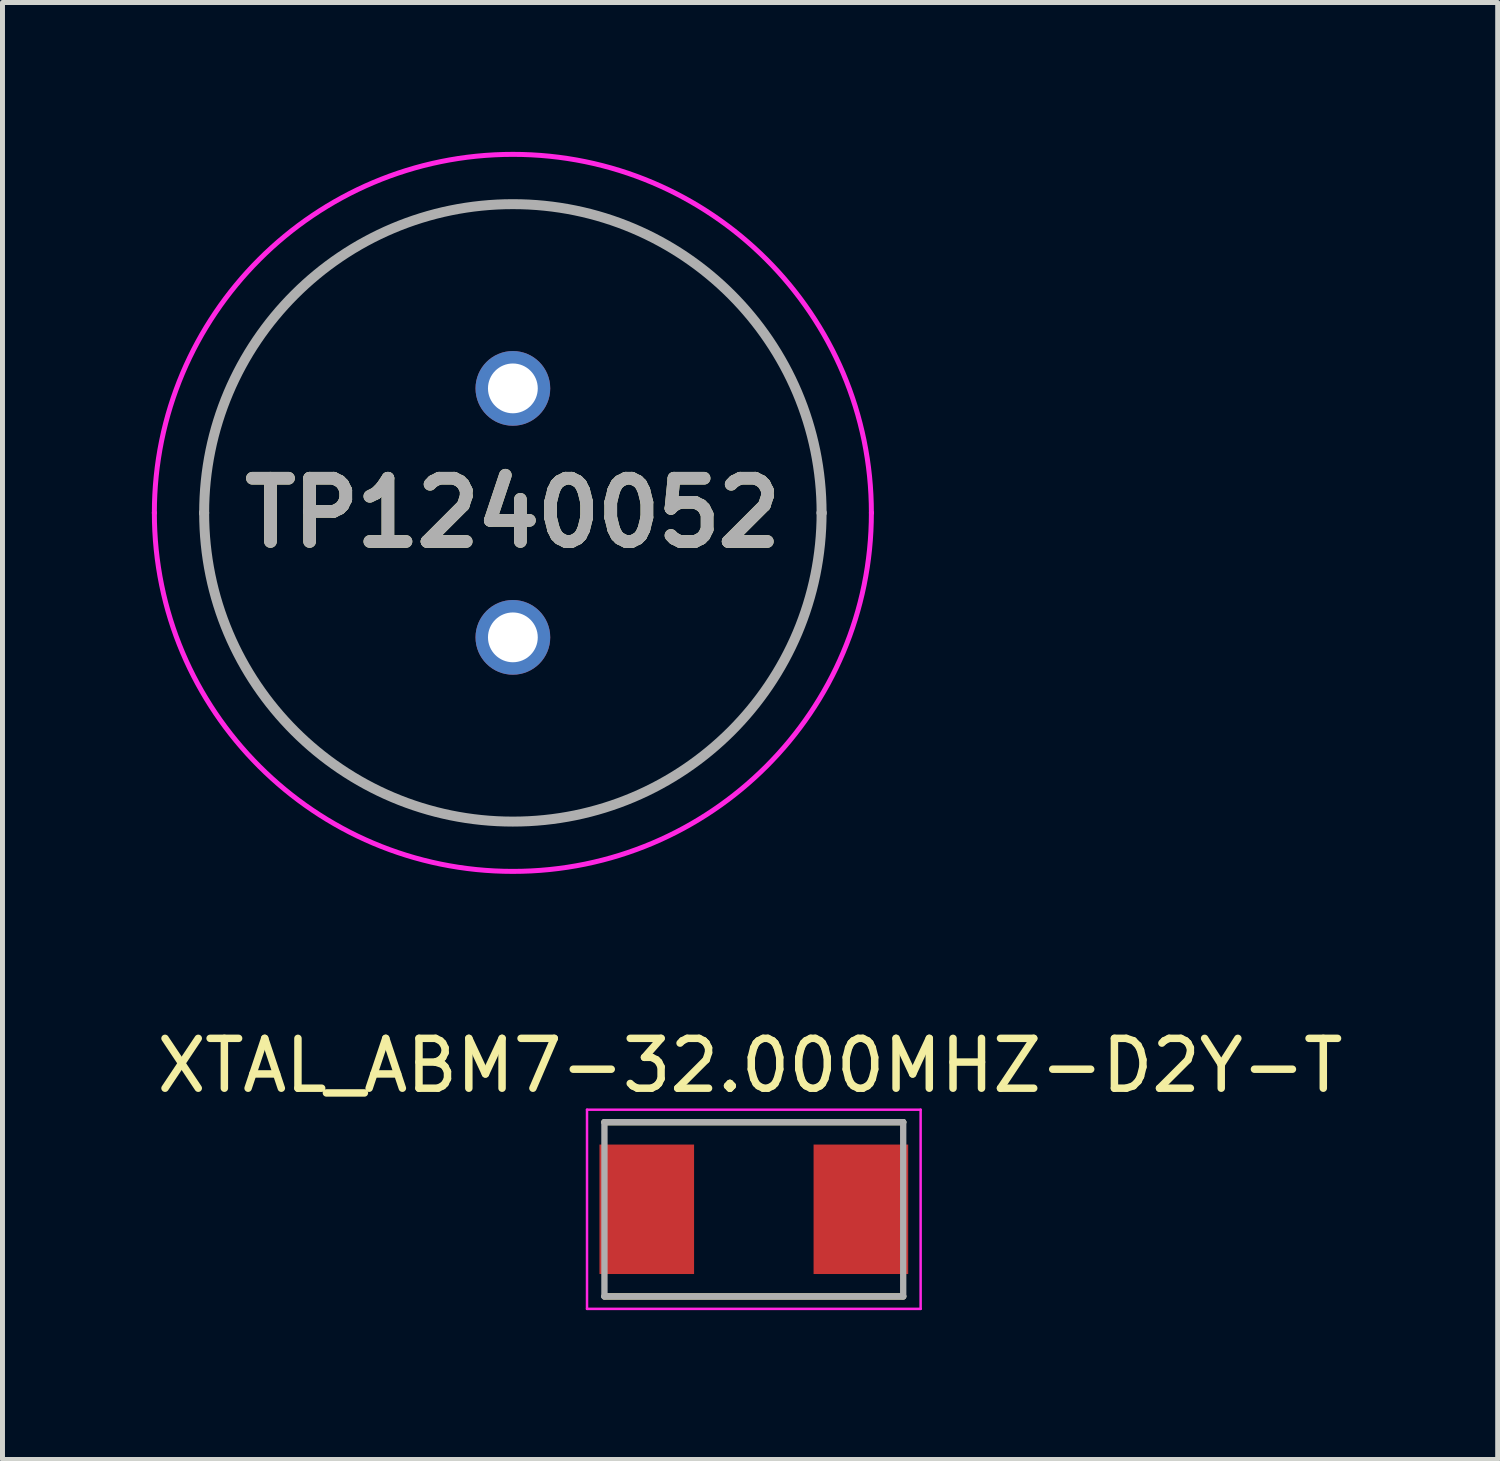
<source format=kicad_pcb>
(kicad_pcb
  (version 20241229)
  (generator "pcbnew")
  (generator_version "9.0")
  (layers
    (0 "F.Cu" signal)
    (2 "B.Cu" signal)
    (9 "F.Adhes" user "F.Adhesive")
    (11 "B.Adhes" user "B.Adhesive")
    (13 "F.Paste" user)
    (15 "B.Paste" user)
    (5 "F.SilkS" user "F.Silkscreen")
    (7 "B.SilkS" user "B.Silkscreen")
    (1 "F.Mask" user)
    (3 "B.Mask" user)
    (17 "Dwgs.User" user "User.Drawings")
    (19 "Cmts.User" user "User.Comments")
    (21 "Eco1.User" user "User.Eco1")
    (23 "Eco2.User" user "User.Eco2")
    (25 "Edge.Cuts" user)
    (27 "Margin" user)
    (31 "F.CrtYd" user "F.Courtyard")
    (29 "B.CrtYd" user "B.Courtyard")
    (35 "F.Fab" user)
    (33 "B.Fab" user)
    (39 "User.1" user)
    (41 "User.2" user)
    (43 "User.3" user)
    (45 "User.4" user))
  (footprint "XTAL_ABM7-32.000MHZ-D2Y-T"
    (layer "F.Cu")
    (at 12.089 21.236)
    (property "Reference" "XTAL_ABM7-32.000MHZ-D2Y-T" (at -0.075 -2.887 0) (layer "F.SilkS") (effects (font (size 1.001 1.001) (thickness 0.15))))
    (attr through_hole)
    (fp_line (start -3 -1.75) (end 3 -1.75) (stroke (width 0.127) (type solid)) (layer "F.SilkS"))
    (fp_line (start 3 1.75) (end -3 1.75) (stroke (width 0.127) (type solid)) (layer "F.SilkS"))
    (fp_line (start -3.35 -2) (end 3.35 -2) (stroke (width 0.05) (type solid)) (layer "F.CrtYd"))
    (fp_line (start -3.35 2) (end -3.35 -2) (stroke (width 0.05) (type solid)) (layer "F.CrtYd"))
    (fp_line (start 3.35 -2) (end 3.35 2) (stroke (width 0.05) (type solid)) (layer "F.CrtYd"))
    (fp_line (start 3.35 2) (end -3.35 2) (stroke (width 0.05) (type solid)) (layer "F.CrtYd"))
    (fp_line (start -3 -1.75) (end 3 -1.75) (stroke (width 0.127) (type solid)) (layer "F.Fab"))
    (fp_line (start -3 1.75) (end -3 -1.75) (stroke (width 0.127) (type solid)) (layer "F.Fab"))
    (fp_line (start 3 -1.75) (end 3 1.75) (stroke (width 0.127) (type solid)) (layer "F.Fab"))
    (fp_line (start 3 1.75) (end -3 1.75) (stroke (width 0.127) (type solid)) (layer "F.Fab"))
    (pad "1" smd rect (at -2.15 0) (size 1.9 2.6) (layers "F.Cu" "F.Mask" "F.Paste"))
    (pad "2" smd rect (at 2.15 0) (size 1.9 2.6) (layers "F.Cu" "F.Mask" "F.Paste")))
  (footprint "TP1240052"
    (layer "F.Cu")
    (at 7.25 4.75)
    (property "Reference" "TP1240052" (at 0 2.5 0) (layer "F.SilkS") (effects (font (size 1.27 1.27) (thickness 0.254))))
    (attr through_hole)
    (fp_line (start -6.2 2.5) (end -6.2 2.5) (stroke (width 0.1) (type solid)) (layer "F.SilkS"))
    (fp_line (start 6.2 2.5) (end 6.2 2.5) (stroke (width 0.1) (type solid)) (layer "F.SilkS"))
    (fp_arc (start -6.2 2.5) (mid 0 -3.7) (end 6.2 2.5) (stroke (width 0.1) (type solid)) (layer "F.SilkS"))
    (fp_arc (start 6.2 2.5) (mid 0 8.7) (end -6.2 2.5) (stroke (width 0.1) (type solid)) (layer "F.SilkS"))
    (fp_line (start -7.2 2.5) (end -7.2 2.5) (stroke (width 0.1) (type solid)) (layer "F.CrtYd"))
    (fp_line (start 7.2 2.5) (end 7.2 2.5) (stroke (width 0.1) (type solid)) (layer "F.CrtYd"))
    (fp_arc (start -7.2 2.5) (mid 0 -4.7) (end 7.2 2.5) (stroke (width 0.1) (type solid)) (layer "F.CrtYd"))
    (fp_arc (start 7.2 2.5) (mid 0 9.7) (end -7.2 2.5) (stroke (width 0.1) (type solid)) (layer "F.CrtYd"))
    (fp_line (start -6.2 2.5) (end -6.2 2.5) (stroke (width 0.2) (type solid)) (layer "F.Fab"))
    (fp_line (start 6.2 2.5) (end 6.2 2.5) (stroke (width 0.2) (type solid)) (layer "F.Fab"))
    (fp_arc (start -6.2 2.5) (mid 0 -3.7) (end 6.2 2.5) (stroke (width 0.2) (type solid)) (layer "F.Fab"))
    (fp_arc (start 6.2 2.5) (mid 0 8.7) (end -6.2 2.5) (stroke (width 0.2) (type solid)) (layer "F.Fab"))
    (fp_text user "${REFERENCE}" (at 0 2.5 0) (layer "F.Fab") (effects (font (size 1.27 1.27) (thickness 0.254))))
    (pad "1" thru_hole circle (at 0 0) (size 1.5 1.5) (drill 1) (layers "*.Cu" "*.Mask"))
    (pad "2" thru_hole circle (at 0 5) (size 1.5 1.5) (drill 1) (layers "*.Cu" "*.Mask")))
  (gr_rect
    (start -3 -3)
    (end 27.028 26.261)
    (stroke (width 0.1) (type default))
    (fill no)
    (layer "Edge.Cuts")))
</source>
